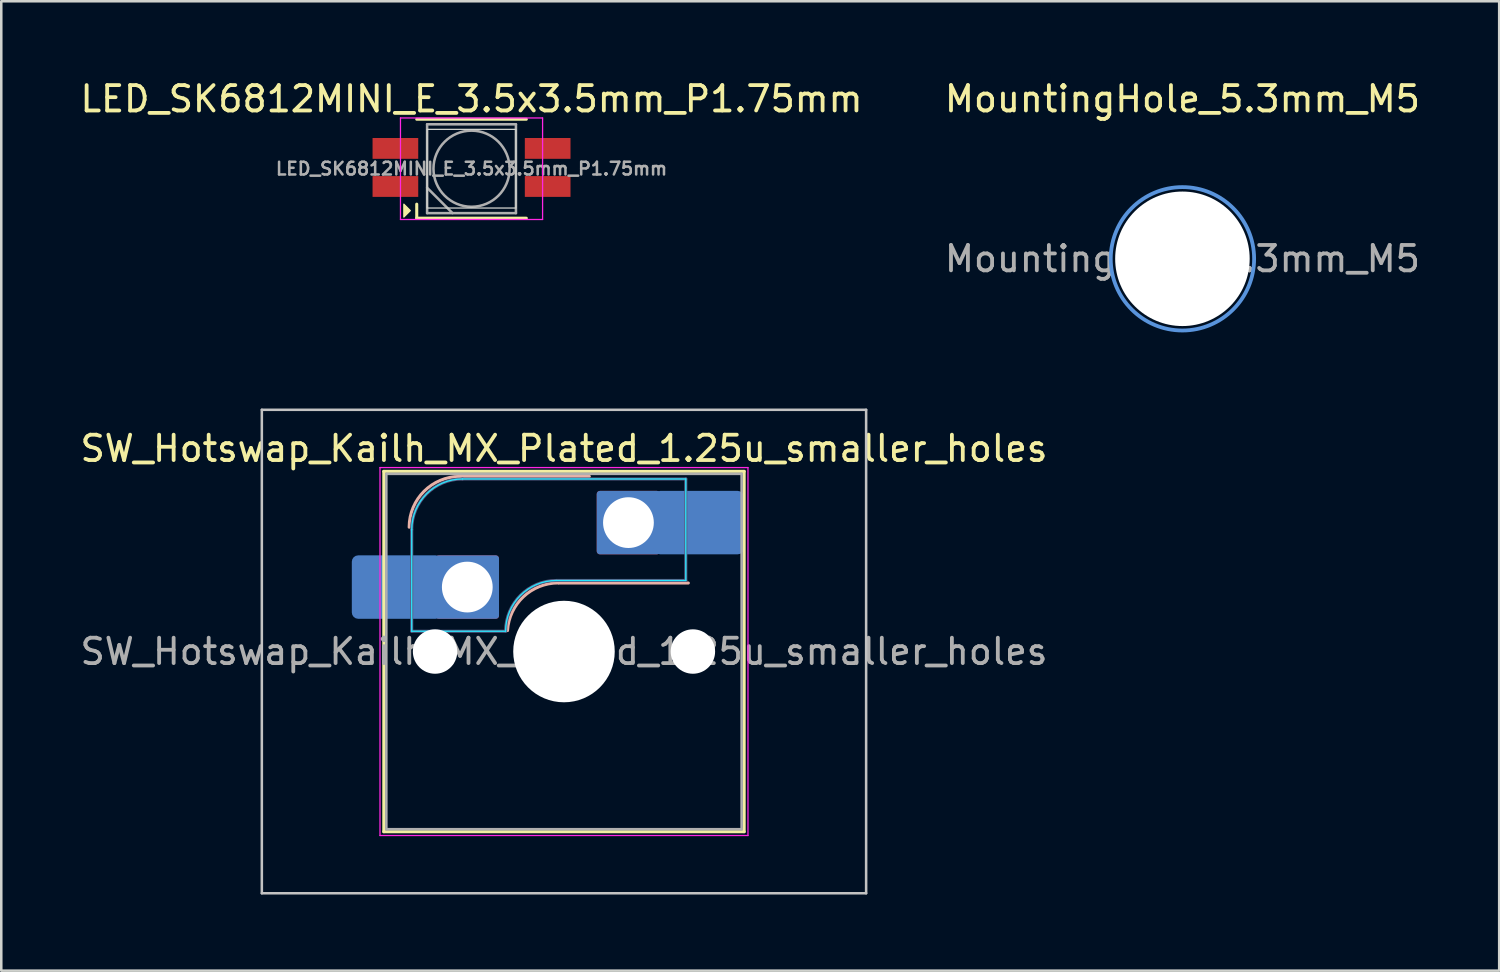
<source format=kicad_pcb>
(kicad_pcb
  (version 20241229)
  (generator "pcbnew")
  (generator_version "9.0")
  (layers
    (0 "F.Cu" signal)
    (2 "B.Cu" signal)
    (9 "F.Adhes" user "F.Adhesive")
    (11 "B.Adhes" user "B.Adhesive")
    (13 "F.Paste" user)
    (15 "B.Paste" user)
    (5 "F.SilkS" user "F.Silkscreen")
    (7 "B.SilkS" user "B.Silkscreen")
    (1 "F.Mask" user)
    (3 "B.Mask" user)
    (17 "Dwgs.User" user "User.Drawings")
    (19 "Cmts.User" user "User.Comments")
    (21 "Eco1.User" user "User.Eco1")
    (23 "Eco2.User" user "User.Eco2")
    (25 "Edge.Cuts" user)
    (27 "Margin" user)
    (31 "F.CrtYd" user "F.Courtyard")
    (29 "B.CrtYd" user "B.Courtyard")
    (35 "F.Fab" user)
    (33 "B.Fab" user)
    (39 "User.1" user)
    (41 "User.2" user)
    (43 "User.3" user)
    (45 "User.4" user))
  (footprint "MountingHole_5.3mm_M5"
    (layer "F.Cu")
    (at 43.542 7.148)
    (property "Reference" "MountingHole_5.3mm_M5" (at 0 -6.3 0) (layer "F.SilkS") (effects (font (size 1 1) (thickness 0.15))))
    (attr exclude_from_pos_files exclude_from_bom dnp)
    (fp_circle (center 0 0) (end 2.825 0) (stroke (width 0.15) (type solid)) (fill no) (layer "Cmts.User"))
    (fp_circle (center 0 0) (end 2.825 0) (stroke (width 0.05) (type solid)) (fill no) (layer "F.CrtYd"))
    (fp_text user "${REFERENCE}" (at 0 0 0) (layer "F.Fab") (effects (font (size 1 1) (thickness 0.15))))
    (pad "" np_thru_hole circle (at 0 0) (size 5.3 5.3) (drill 5.3) (layers "*.Cu" "*.Mask")))
  (footprint "SW_Hotswap_Kailh_MX_Plated_1.25u_smaller_holes"
    (layer "F.Cu")
    (at 19.173 22.623)
    (property "Reference" "SW_Hotswap_Kailh_MX_Plated_1.25u_smaller_holes" (at 0 -8 0) (layer "F.SilkS") (effects (font (size 1 1) (thickness 0.15))))
    (attr smd)
    (fp_line (start -7.1 -7.1) (end -7.1 7.1) (stroke (width 0.12) (type solid)) (layer "F.SilkS"))
    (fp_line (start -7.1 7.1) (end 7.1 7.1) (stroke (width 0.12) (type solid)) (layer "F.SilkS"))
    (fp_line (start 7.1 -7.1) (end -7.1 -7.1) (stroke (width 0.12) (type solid)) (layer "F.SilkS"))
    (fp_line (start 7.1 7.1) (end 7.1 -7.1) (stroke (width 0.12) (type solid)) (layer "F.SilkS"))
    (fp_line (start -4.1 -6.9) (end 1 -6.9) (stroke (width 0.12) (type solid)) (layer "B.SilkS"))
    (fp_line (start -0.2 -2.7) (end 4.9 -2.7) (stroke (width 0.12) (type solid)) (layer "B.SilkS"))
    (fp_arc (start -6.1 -4.9) (mid -5.514214 -6.314214) (end -4.1 -6.9) (stroke (width 0.12) (type solid)) (layer "B.SilkS"))
    (fp_arc (start -2.225 -0.825) (mid -1.597068 -2.160499) (end -0.225 -2.703902) (stroke (width 0.12) (type solid)) (layer "B.SilkS"))
    (fp_line (start -11.906 -9.525) (end -11.906 9.525) (stroke (width 0.1) (type solid)) (layer "Dwgs.User"))
    (fp_line (start -11.906 9.525) (end 11.906 9.525) (stroke (width 0.1) (type solid)) (layer "Dwgs.User"))
    (fp_line (start 11.906 -9.525) (end -11.906 -9.525) (stroke (width 0.1) (type solid)) (layer "Dwgs.User"))
    (fp_line (start 11.906 9.525) (end 11.906 -9.525) (stroke (width 0.1) (type solid)) (layer "Dwgs.User"))
    (fp_line (start -7.8 -6) (end -7 -6) (stroke (width 0.1) (type solid)) (layer "Eco1.User"))
    (fp_line (start -7.8 -2.9) (end -7.8 -6) (stroke (width 0.1) (type solid)) (layer "Eco1.User"))
    (fp_line (start -7.8 2.9) (end -7 2.9) (stroke (width 0.1) (type solid)) (layer "Eco1.User"))
    (fp_line (start -7.8 6) (end -7.8 2.9) (stroke (width 0.1) (type solid)) (layer "Eco1.User"))
    (fp_line (start -7 -7) (end 7 -7) (stroke (width 0.1) (type solid)) (layer "Eco1.User"))
    (fp_line (start -7 -6) (end -7 -7) (stroke (width 0.1) (type solid)) (layer "Eco1.User"))
    (fp_line (start -7 -2.9) (end -7.8 -2.9) (stroke (width 0.1) (type solid)) (layer "Eco1.User"))
    (fp_line (start -7 2.9) (end -7 -2.9) (stroke (width 0.1) (type solid)) (layer "Eco1.User"))
    (fp_line (start -7 6) (end -7.8 6) (stroke (width 0.1) (type solid)) (layer "Eco1.User"))
    (fp_line (start -7 7) (end -7 6) (stroke (width 0.1) (type solid)) (layer "Eco1.User"))
    (fp_line (start 7 -7) (end 7 -6) (stroke (width 0.1) (type solid)) (layer "Eco1.User"))
    (fp_line (start 7 -6) (end 7.8 -6) (stroke (width 0.1) (type solid)) (layer "Eco1.User"))
    (fp_line (start 7 -2.9) (end 7 2.9) (stroke (width 0.1) (type solid)) (layer "Eco1.User"))
    (fp_line (start 7 2.9) (end 7.8 2.9) (stroke (width 0.1) (type solid)) (layer "Eco1.User"))
    (fp_line (start 7 6) (end 7 7) (stroke (width 0.1) (type solid)) (layer "Eco1.User"))
    (fp_line (start 7 7) (end -7 7) (stroke (width 0.1) (type solid)) (layer "Eco1.User"))
    (fp_line (start 7.8 -6) (end 7.8 -2.9) (stroke (width 0.1) (type solid)) (layer "Eco1.User"))
    (fp_line (start 7.8 -2.9) (end 7 -2.9) (stroke (width 0.1) (type solid)) (layer "Eco1.User"))
    (fp_line (start 7.8 2.9) (end 7.8 6) (stroke (width 0.1) (type solid)) (layer "Eco1.User"))
    (fp_line (start 7.8 6) (end 7 6) (stroke (width 0.1) (type solid)) (layer "Eco1.User"))
    (fp_line (start -6 -0.8) (end -6 -4.8) (stroke (width 0.05) (type solid)) (layer "B.CrtYd"))
    (fp_line (start -6 -0.8) (end -2.3 -0.8) (stroke (width 0.05) (type solid)) (layer "B.CrtYd"))
    (fp_line (start -4 -6.8) (end 4.8 -6.8) (stroke (width 0.05) (type solid)) (layer "B.CrtYd"))
    (fp_line (start -0.3 -2.8) (end 4.8 -2.8) (stroke (width 0.05) (type solid)) (layer "B.CrtYd"))
    (fp_line (start 4.8 -6.8) (end 4.8 -2.8) (stroke (width 0.05) (type solid)) (layer "B.CrtYd"))
    (fp_arc (start -6 -4.8) (mid -5.414214 -6.214214) (end -4 -6.8) (stroke (width 0.05) (type solid)) (layer "B.CrtYd"))
    (fp_arc (start -2.3 -0.8) (mid -1.714214 -2.214214) (end -0.3 -2.8) (stroke (width 0.05) (type solid)) (layer "B.CrtYd"))
    (fp_line (start -7.25 -7.25) (end -7.25 7.25) (stroke (width 0.05) (type solid)) (layer "F.CrtYd"))
    (fp_line (start -7.25 7.25) (end 7.25 7.25) (stroke (width 0.05) (type solid)) (layer "F.CrtYd"))
    (fp_line (start 7.25 -7.25) (end -7.25 -7.25) (stroke (width 0.05) (type solid)) (layer "F.CrtYd"))
    (fp_line (start 7.25 7.25) (end 7.25 -7.25) (stroke (width 0.05) (type solid)) (layer "F.CrtYd"))
    (fp_line (start -6 -0.8) (end -6 -4.8) (stroke (width 0.12) (type solid)) (layer "B.Fab"))
    (fp_line (start -6 -0.8) (end -2.3 -0.8) (stroke (width 0.12) (type solid)) (layer "B.Fab"))
    (fp_line (start -4 -6.8) (end 4.8 -6.8) (stroke (width 0.12) (type solid)) (layer "B.Fab"))
    (fp_line (start -0.3 -2.8) (end 4.8 -2.8) (stroke (width 0.12) (type solid)) (layer "B.Fab"))
    (fp_line (start 4.8 -6.8) (end 4.8 -2.8) (stroke (width 0.12) (type solid)) (layer "B.Fab"))
    (fp_arc (start -6 -4.8) (mid -5.414214 -6.214214) (end -4 -6.8) (stroke (width 0.12) (type solid)) (layer "B.Fab"))
    (fp_arc (start -2.3 -0.8) (mid -1.714214 -2.214214) (end -0.3 -2.8) (stroke (width 0.12) (type solid)) (layer "B.Fab"))
    (fp_line (start -7 -7) (end -7 7) (stroke (width 0.1) (type solid)) (layer "F.Fab"))
    (fp_line (start -7 7) (end 7 7) (stroke (width 0.1) (type solid)) (layer "F.Fab"))
    (fp_line (start 7 -7) (end -7 -7) (stroke (width 0.1) (type solid)) (layer "F.Fab"))
    (fp_line (start 7 7) (end 7 -7) (stroke (width 0.1) (type solid)) (layer "F.Fab"))
    (fp_text user "${REFERENCE}" (at 0 0 0) (layer "F.Fab") (effects (font (size 1 1) (thickness 0.15))))
    (pad "" smd roundrect (at -7.085 -2.54) (size 2.55 2.5) (layers "B.Mask" "B.Paste") (roundrect_rratio 0.1))
    (pad "" np_thru_hole circle (at -5.08 0) (size 1.75 1.75) (drill 1.75) (layers "*.Cu" "*.Mask"))
    (pad "" np_thru_hole circle (at 0 0) (size 4 4) (drill 4) (layers "*.Cu" "*.Mask"))
    (pad "" np_thru_hole circle (at 5.08 0) (size 1.75 1.75) (drill 1.75) (layers "*.Cu" "*.Mask"))
    (pad "" smd roundrect (at 5.842 -5.08) (size 2.55 2.5) (layers "B.Mask" "B.Paste") (roundrect_rratio 0.1))
    (pad "1" smd roundrect (at -6.585 -2.54) (size 3.55 2.5) (layers "B.Cu") (roundrect_rratio 0.1))
    (pad "1" thru_hole roundrect (at -3.81 -2.54) (size 2.5 2.5) (drill 2) (layers "*.Cu" "*.Mask") (roundrect_rratio 0.05))
    (pad "2" thru_hole roundrect (at 2.54 -5.08) (size 2.5 2.5) (drill 2) (layers "*.Cu" "*.Mask") (roundrect_rratio 0.05))
    (pad "2" smd roundrect (at 5.32 -5.08) (size 3.55 2.5) (layers "B.Cu") (roundrect_rratio 0.1)))
  (footprint "LED_SK6812MINI_E_3.5x3.5mm_P1.75mm"
    (layer "F.Cu")
    (at 15.53 3.598)
    (property "Reference" "LED_SK6812MINI_E_3.5x3.5mm_P1.75mm" (at 0 -2.75 0) (layer "F.SilkS") (effects (font (size 1 1) (thickness 0.15))))
    (attr smd)
    (fp_line (start -2.159 -1.95) (end 2.159 -1.95) (stroke (width 0.12) (type solid)) (layer "F.SilkS"))
    (fp_line (start -2.159 1.95) (end -2.159 1.397) (stroke (width 0.12) (type solid)) (layer "F.SilkS"))
    (fp_line (start -2.159 1.95) (end 2.159 1.95) (stroke (width 0.12) (type solid)) (layer "F.SilkS"))
    (fp_poly (pts (xy -2.413 1.651) (xy -2.667 1.905) (xy -2.667 1.397)) (stroke (width 0.05) (type solid)) (fill yes) (layer "F.SilkS"))
    (fp_rect (start -1.75 -1.55) (end 1.75 1.55) (stroke (width 0.05) (type default)) (fill no) (layer "Edge.Cuts"))
    (fp_line (start -2.8 -2) (end -2.8 2) (stroke (width 0.05) (type solid)) (layer "F.CrtYd"))
    (fp_line (start -2.8 2) (end 2.8 2) (stroke (width 0.05) (type solid)) (layer "F.CrtYd"))
    (fp_line (start 2.8 -2) (end -2.8 -2) (stroke (width 0.05) (type solid)) (layer "F.CrtYd"))
    (fp_line (start 2.8 2) (end 2.8 -2) (stroke (width 0.05) (type solid)) (layer "F.CrtYd"))
    (fp_line (start -1.75 -1.75) (end 1.75 -1.75) (stroke (width 0.1) (type solid)) (layer "F.Fab"))
    (fp_line (start -1.75 0.75) (end -0.75 1.75) (stroke (width 0.1) (type solid)) (layer "F.Fab"))
    (fp_line (start -1.75 1.75) (end -1.75 -1.75) (stroke (width 0.1) (type solid)) (layer "F.Fab"))
    (fp_line (start 1.75 -1.75) (end 1.75 1.75) (stroke (width 0.1) (type solid)) (layer "F.Fab"))
    (fp_line (start 1.75 1.75) (end -1.75 1.75) (stroke (width 0.1) (type solid)) (layer "F.Fab"))
    (fp_circle (center 0 0) (end 0 -1.5) (stroke (width 0.1) (type solid)) (fill no) (layer "F.Fab"))
    (fp_text user "${REFERENCE}" (at 0 0 0) (layer "F.Fab") (effects (font (size 0.5 0.5) (thickness 0.1))))
    (pad "1" smd rect (at 3 -0.8) (size 1.8 0.82) (layers "F.Cu" "F.Mask" "F.Paste"))
    (pad "2" smd rect (at 3 0.7) (size 1.8 0.82) (layers "F.Cu" "F.Mask" "F.Paste"))
    (pad "3" smd rect (at -3 0.7) (size 1.8 0.82) (layers "F.Cu" "F.Mask" "F.Paste"))
    (pad "4" smd rect (at -3 -0.8) (size 1.8 0.82) (layers "F.Cu" "F.Mask" "F.Paste")))
  (gr_rect
    (start -3 -3)
    (end 56.024 35.198)
    (stroke (width 0.1) (type default))
    (fill no)
    (layer "Edge.Cuts")))
</source>
